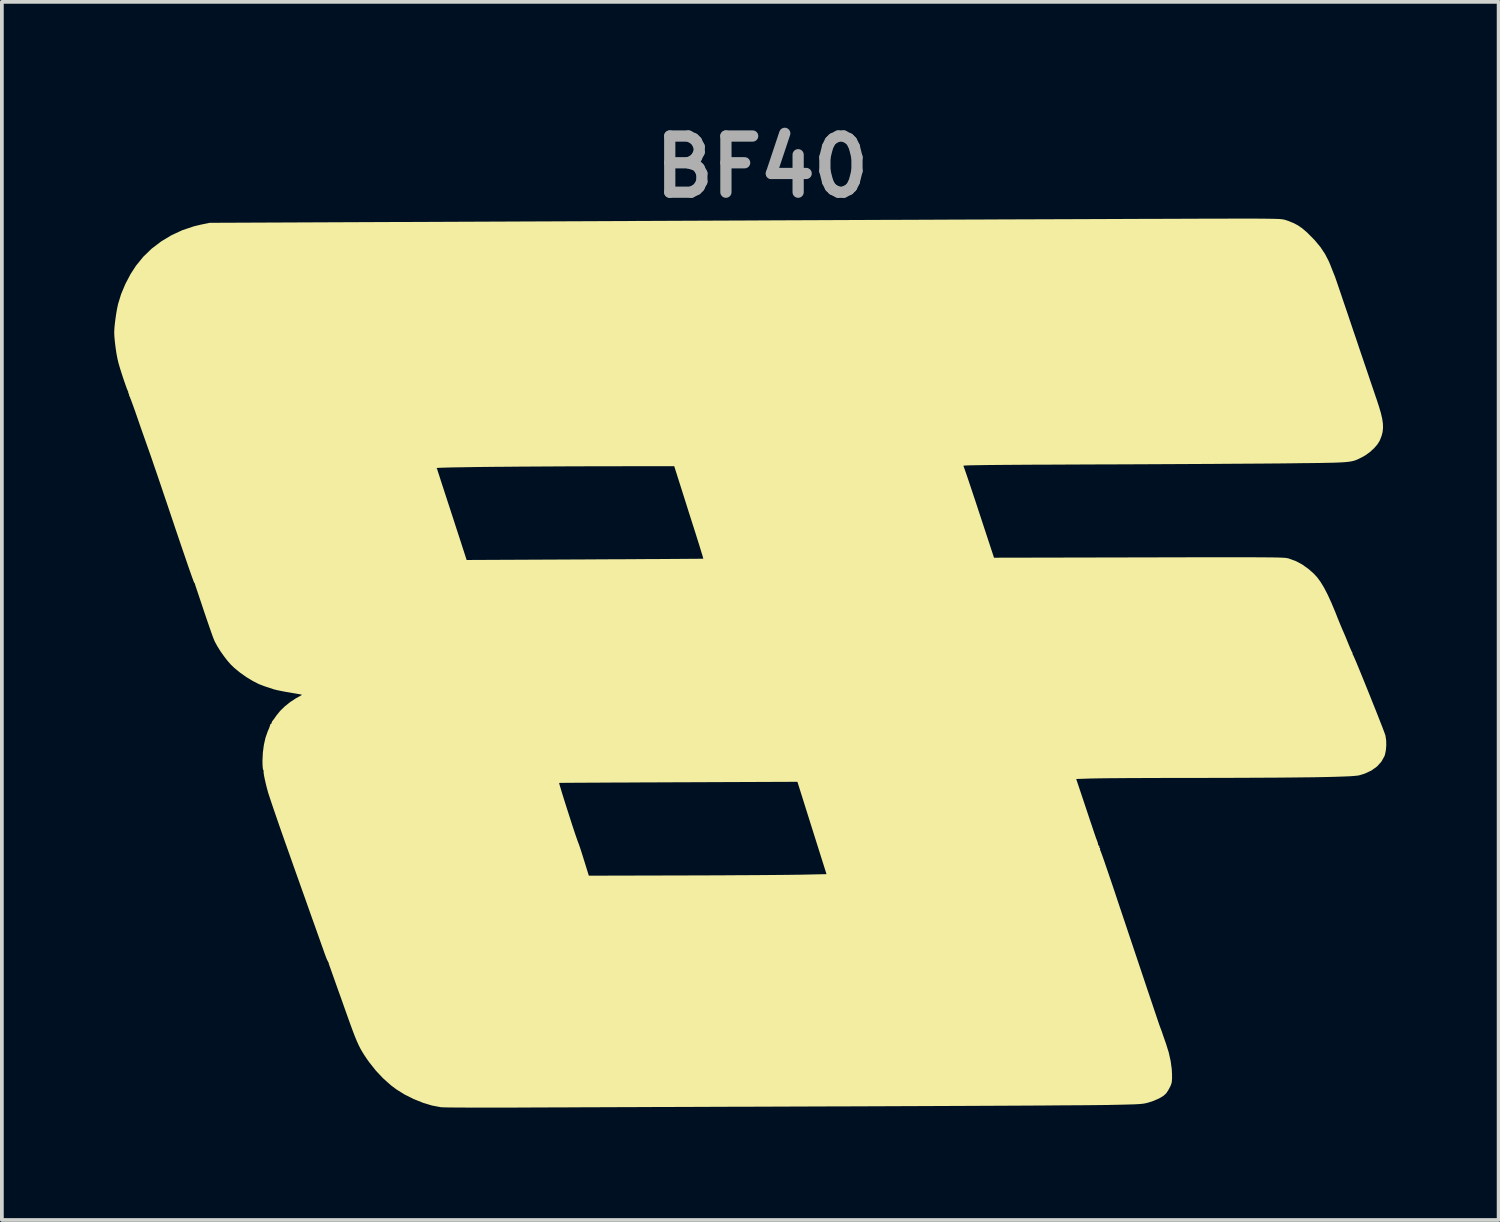
<source format=kicad_pcb>
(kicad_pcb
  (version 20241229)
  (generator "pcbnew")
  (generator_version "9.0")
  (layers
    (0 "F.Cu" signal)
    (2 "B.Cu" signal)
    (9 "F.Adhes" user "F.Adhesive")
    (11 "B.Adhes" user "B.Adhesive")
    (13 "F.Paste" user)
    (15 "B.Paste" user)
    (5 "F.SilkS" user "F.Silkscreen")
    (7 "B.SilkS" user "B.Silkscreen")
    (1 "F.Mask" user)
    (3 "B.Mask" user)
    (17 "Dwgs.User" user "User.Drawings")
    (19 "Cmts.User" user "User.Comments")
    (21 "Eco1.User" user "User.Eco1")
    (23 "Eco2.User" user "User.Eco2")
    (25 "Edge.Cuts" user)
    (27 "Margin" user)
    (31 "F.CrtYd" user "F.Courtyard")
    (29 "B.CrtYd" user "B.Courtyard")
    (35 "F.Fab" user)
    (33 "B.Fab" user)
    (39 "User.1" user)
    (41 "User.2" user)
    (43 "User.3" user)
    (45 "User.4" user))
  (footprint "BF40"
    (layer "F.Cu")
    (at 17.319 14.984)
    (property "Reference" "BF40" (at -0.02 -13.58 0) (layer "F.Fab") (effects (font (size 1.5 1.5) (thickness 0.3))))
    (attr board_only exclude_from_pos_files exclude_from_bom)
    (fp_poly (pts (xy 13.115 -12.197) (xy 13.167 -12.196) (xy 13.356 -12.195) (xy 13.508 -12.193) (xy 13.63 -12.191) (xy 13.725 -12.188) (xy 13.799 -12.185) (xy 13.857 -12.18) (xy 13.902 -12.173) (xy 13.94 -12.165) (xy 13.976 -12.154) (xy 14.015 -12.14) (xy 14.025 -12.137) (xy 14.169 -12.079) (xy 14.289 -12.017) (xy 14.4 -11.941) (xy 14.516 -11.843) (xy 14.554 -11.807) (xy 14.739 -11.62) (xy 14.891 -11.437) (xy 15.014 -11.252) (xy 15.114 -11.059) (xy 15.154 -10.964) (xy 15.184 -10.887) (xy 15.212 -10.816) (xy 15.23 -10.771) (xy 15.248 -10.726) (xy 15.258 -10.701) (xy 15.258 -10.7) (xy 15.269 -10.675) (xy 15.275 -10.659) (xy 15.284 -10.636) (xy 15.304 -10.577) (xy 15.336 -10.485) (xy 15.377 -10.364) (xy 15.427 -10.218) (xy 15.484 -10.048) (xy 15.549 -9.858) (xy 15.619 -9.652) (xy 15.693 -9.432) (xy 15.765 -9.218) (xy 15.848 -8.975) (xy 15.929 -8.733) (xy 16.009 -8.497) (xy 16.086 -8.271) (xy 16.158 -8.059) (xy 16.223 -7.865) (xy 16.281 -7.695) (xy 16.33 -7.551) (xy 16.368 -7.439) (xy 16.386 -7.388) (xy 16.454 -7.18) (xy 16.506 -7.004) (xy 16.541 -6.853) (xy 16.56 -6.722) (xy 16.563 -6.606) (xy 16.552 -6.499) (xy 16.525 -6.395) (xy 16.484 -6.289) (xy 16.471 -6.259) (xy 16.411 -6.164) (xy 16.323 -6.063) (xy 16.214 -5.964) (xy 16.094 -5.877) (xy 15.998 -5.823) (xy 15.947 -5.797) (xy 15.901 -5.775) (xy 15.858 -5.755) (xy 15.814 -5.739) (xy 15.767 -5.725) (xy 15.712 -5.713) (xy 15.648 -5.703) (xy 15.571 -5.695) (xy 15.479 -5.688) (xy 15.367 -5.683) (xy 15.234 -5.678) (xy 15.076 -5.675) (xy 14.89 -5.671) (xy 14.674 -5.668) (xy 14.423 -5.666) (xy 14.136 -5.662) (xy 14.06 -5.661) (xy 13.867 -5.659) (xy 13.637 -5.657) (xy 13.373 -5.655) (xy 13.079 -5.653) (xy 12.757 -5.651) (xy 12.412 -5.649) (xy 12.047 -5.646) (xy 11.665 -5.644) (xy 11.269 -5.642) (xy 10.863 -5.64) (xy 10.451 -5.638) (xy 10.036 -5.636) (xy 9.621 -5.634) (xy 9.209 -5.633) (xy 8.928 -5.632) (xy 8.45 -5.63) (xy 8.011 -5.628) (xy 7.61 -5.626) (xy 7.246 -5.625) (xy 6.919 -5.623) (xy 6.626 -5.621) (xy 6.366 -5.619) (xy 6.14 -5.617) (xy 5.944 -5.615) (xy 5.779 -5.612) (xy 5.643 -5.61) (xy 5.535 -5.608) (xy 5.453 -5.605) (xy 5.397 -5.602) (xy 5.365 -5.599) (xy 5.357 -5.596) (xy 5.366 -5.573) (xy 5.387 -5.515) (xy 5.418 -5.425) (xy 5.459 -5.307) (xy 5.507 -5.163) (xy 5.563 -4.997) (xy 5.624 -4.813) (xy 5.691 -4.613) (xy 5.76 -4.402) (xy 5.775 -4.357) (xy 6.175 -3.141) (xy 10.047 -3.149) (xy 10.513 -3.15) (xy 10.94 -3.151) (xy 11.33 -3.152) (xy 11.685 -3.152) (xy 12.006 -3.153) (xy 12.295 -3.153) (xy 12.555 -3.153) (xy 12.786 -3.153) (xy 12.99 -3.153) (xy 13.17 -3.152) (xy 13.326 -3.151) (xy 13.461 -3.15) (xy 13.577 -3.149) (xy 13.675 -3.148) (xy 13.757 -3.146) (xy 13.825 -3.144) (xy 13.88 -3.141) (xy 13.924 -3.139) (xy 13.96 -3.136) (xy 13.988 -3.132) (xy 14.01 -3.128) (xy 14.029 -3.124) (xy 14.046 -3.12) (xy 14.05 -3.118) (xy 14.235 -3.051) (xy 14.408 -2.958) (xy 14.579 -2.835) (xy 14.717 -2.713) (xy 14.807 -2.615) (xy 14.897 -2.492) (xy 14.989 -2.34) (xy 15.084 -2.156) (xy 15.184 -1.939) (xy 15.29 -1.685) (xy 15.306 -1.645) (xy 15.354 -1.523) (xy 15.401 -1.407) (xy 15.444 -1.304) (xy 15.478 -1.223) (xy 15.498 -1.178) (xy 15.527 -1.111) (xy 15.566 -1.02) (xy 15.607 -0.919) (xy 15.634 -0.853) (xy 15.67 -0.765) (xy 15.702 -0.69) (xy 15.727 -0.636) (xy 15.74 -0.614) (xy 15.751 -0.592) (xy 15.748 -0.589) (xy 15.747 -0.574) (xy 15.763 -0.543) (xy 15.778 -0.513) (xy 15.806 -0.449) (xy 15.846 -0.356) (xy 15.895 -0.238) (xy 15.952 -0.099) (xy 16.015 0.055) (xy 16.083 0.222) (xy 16.153 0.396) (xy 16.225 0.574) (xy 16.295 0.751) (xy 16.364 0.922) (xy 16.428 1.084) (xy 16.486 1.232) (xy 16.537 1.362) (xy 16.578 1.469) (xy 16.608 1.55) (xy 16.625 1.599) (xy 16.628 1.61) (xy 16.647 1.734) (xy 16.65 1.87) (xy 16.639 2.004) (xy 16.614 2.121) (xy 16.601 2.159) (xy 16.519 2.306) (xy 16.404 2.433) (xy 16.256 2.54) (xy 16.079 2.623) (xy 15.928 2.67) (xy 15.879 2.678) (xy 15.801 2.686) (xy 15.695 2.694) (xy 15.559 2.7) (xy 15.393 2.706) (xy 15.196 2.712) (xy 14.966 2.717) (xy 14.704 2.722) (xy 14.407 2.725) (xy 14.076 2.729) (xy 13.71 2.732) (xy 13.306 2.734) (xy 12.866 2.736) (xy 12.387 2.738) (xy 11.87 2.739) (xy 11.45 2.739) (xy 11.142 2.74) (xy 10.84 2.74) (xy 10.545 2.741) (xy 10.261 2.742) (xy 9.992 2.743) (xy 9.741 2.744) (xy 9.51 2.746) (xy 9.305 2.747) (xy 9.127 2.749) (xy 8.98 2.751) (xy 8.867 2.753) (xy 8.797 2.754) (xy 8.37 2.768) (xy 8.632 3.551) (xy 8.689 3.722) (xy 8.742 3.882) (xy 8.791 4.026) (xy 8.832 4.15) (xy 8.866 4.25) (xy 8.891 4.321) (xy 8.904 4.36) (xy 8.906 4.365) (xy 8.921 4.401) (xy 8.924 4.411) (xy 8.934 4.436) (xy 8.943 4.463) (xy 8.944 4.467) (xy 8.953 4.5) (xy 8.954 4.502) (xy 8.956 4.533) (xy 8.97 4.547) (xy 8.976 4.548) (xy 8.99 4.563) (xy 8.987 4.578) (xy 8.988 4.605) (xy 8.997 4.609) (xy 9.011 4.624) (xy 9.008 4.638) (xy 9.007 4.667) (xy 9.013 4.674) (xy 9.022 4.694) (xy 9.043 4.749) (xy 9.074 4.836) (xy 9.115 4.951) (xy 9.163 5.092) (xy 9.219 5.255) (xy 9.281 5.437) (xy 9.348 5.634) (xy 9.418 5.843) (xy 9.426 5.868) (xy 9.545 6.225) (xy 9.662 6.573) (xy 9.775 6.911) (xy 9.884 7.236) (xy 9.988 7.546) (xy 10.086 7.839) (xy 10.178 8.113) (xy 10.263 8.367) (xy 10.341 8.598) (xy 10.41 8.803) (xy 10.47 8.982) (xy 10.521 9.132) (xy 10.561 9.251) (xy 10.59 9.337) (xy 10.608 9.387) (xy 10.613 9.401) (xy 10.626 9.433) (xy 10.629 9.441) (xy 10.639 9.467) (xy 10.644 9.482) (xy 10.658 9.519) (xy 10.677 9.577) (xy 10.686 9.604) (xy 10.709 9.669) (xy 10.739 9.755) (xy 10.77 9.843) (xy 10.771 9.847) (xy 10.841 10.072) (xy 10.892 10.301) (xy 10.922 10.52) (xy 10.929 10.662) (xy 10.929 10.762) (xy 10.925 10.834) (xy 10.916 10.889) (xy 10.899 10.939) (xy 10.875 10.992) (xy 10.836 11.065) (xy 10.794 11.132) (xy 10.769 11.166) (xy 10.694 11.233) (xy 10.584 11.298) (xy 10.448 11.358) (xy 10.322 11.401) (xy 10.277 11.414) (xy 10.236 11.424) (xy 10.194 11.433) (xy 10.146 11.44) (xy 10.088 11.446) (xy 10.017 11.451) (xy 9.927 11.456) (xy 9.814 11.459) (xy 9.674 11.463) (xy 9.503 11.467) (xy 9.296 11.471) (xy 9.269 11.472) (xy 9.178 11.474) (xy 9.048 11.475) (xy 8.882 11.477) (xy 8.68 11.479) (xy 8.445 11.481) (xy 8.179 11.482) (xy 7.882 11.484) (xy 7.558 11.487) (xy 7.208 11.489) (xy 6.833 11.491) (xy 6.437 11.493) (xy 6.019 11.495) (xy 5.583 11.497) (xy 5.129 11.499) (xy 4.661 11.501) (xy 4.179 11.503) (xy 3.686 11.505) (xy 3.183 11.507) (xy 2.672 11.509) (xy 2.155 11.511) (xy 1.969 11.511) (xy 1.436 11.513) (xy 0.901 11.515) (xy 0.367 11.517) (xy -0.164 11.519) (xy -0.691 11.52) (xy -1.21 11.522) (xy -1.72 11.524) (xy -2.218 11.526) (xy -2.702 11.527) (xy -3.17 11.529) (xy -3.619 11.531) (xy -4.048 11.532) (xy -4.453 11.534) (xy -4.834 11.535) (xy -5.187 11.537) (xy -5.511 11.538) (xy -5.803 11.539) (xy -6.061 11.54) (xy -6.283 11.541) (xy -6.457 11.542) (xy -6.754 11.543) (xy -7.039 11.544) (xy -7.309 11.544) (xy -7.562 11.544) (xy -7.793 11.543) (xy -8.001 11.542) (xy -8.184 11.541) (xy -8.337 11.54) (xy -8.458 11.538) (xy -8.545 11.535) (xy -8.595 11.533) (xy -8.6 11.532) (xy -8.832 11.488) (xy -9.076 11.414) (xy -9.321 11.315) (xy -9.558 11.197) (xy -9.777 11.062) (xy -9.929 10.948) (xy -10.14 10.76) (xy -10.327 10.562) (xy -10.501 10.343) (xy -10.567 10.252) (xy -10.632 10.155) (xy -10.689 10.065) (xy -10.741 9.975) (xy -10.79 9.878) (xy -10.839 9.771) (xy -10.891 9.645) (xy -10.948 9.497) (xy -11.013 9.319) (xy -11.057 9.198) (xy -11.118 9.026) (xy -11.187 8.832) (xy -11.258 8.631) (xy -11.328 8.437) (xy -11.39 8.263) (xy -11.404 8.223) (xy -11.451 8.091) (xy -11.494 7.97) (xy -11.53 7.868) (xy -11.559 7.788) (xy -11.577 7.737) (xy -11.583 7.72) (xy -11.59 7.694) (xy -11.589 7.69) (xy -11.596 7.671) (xy -11.615 7.634) (xy -11.636 7.594) (xy -11.645 7.573) (xy -11.655 7.548) (xy -11.661 7.533) (xy -11.664 7.526) (xy -11.669 7.513) (xy -11.676 7.493) (xy -11.687 7.463) (xy -11.702 7.422) (xy -11.721 7.369) (xy -11.745 7.3) (xy -11.776 7.215) (xy -11.812 7.112) (xy -11.856 6.988) (xy -11.908 6.842) (xy -11.968 6.673) (xy -12.038 6.478) (xy -12.117 6.255) (xy -12.206 6.003) (xy -12.307 5.72) (xy -12.419 5.404) (xy -12.544 5.053) (xy -12.672 4.69) (xy -12.755 4.458) (xy -12.834 4.232) (xy -12.91 4.015) (xy -12.98 3.812) (xy -13.044 3.626) (xy -13.1 3.461) (xy -13.147 3.321) (xy -13.184 3.209) (xy -13.21 3.13) (xy -13.219 3.096) (xy -13.256 2.956) (xy -13.276 2.873) (xy -5.437 2.873) (xy -5.434 2.894) (xy -5.419 2.948) (xy -5.394 3.031) (xy -5.362 3.138) (xy -5.323 3.263) (xy -5.279 3.403) (xy -5.232 3.551) (xy -5.183 3.704) (xy -5.134 3.856) (xy -5.087 4.003) (xy -5.042 4.138) (xy -5.002 4.259) (xy -4.967 4.359) (xy -4.941 4.433) (xy -4.924 4.477) (xy -4.91 4.514) (xy -4.886 4.584) (xy -4.855 4.678) (xy -4.819 4.791) (xy -4.78 4.915) (xy -4.771 4.944) (xy -4.645 5.35) (xy -2.165 5.344) (xy -1.835 5.343) (xy -1.507 5.342) (xy -1.182 5.341) (xy -0.866 5.339) (xy -0.561 5.337) (xy -0.271 5.336) (xy 0.001 5.334) (xy 0.251 5.332) (xy 0.476 5.33) (xy 0.672 5.328) (xy 0.836 5.326) (xy 0.964 5.324) (xy 1.008 5.324) (xy 1.702 5.309) (xy 1.313 4.076) (xy 0.925 2.843) (xy -2.253 2.856) (xy -2.609 2.857) (xy -2.954 2.859) (xy -3.285 2.86) (xy -3.602 2.862) (xy -3.9 2.863) (xy -4.178 2.864) (xy -4.435 2.866) (xy -4.667 2.867) (xy -4.873 2.868) (xy -5.051 2.869) (xy -5.197 2.87) (xy -5.311 2.871) (xy -5.39 2.872) (xy -5.431 2.873) (xy -5.437 2.873) (xy -13.276 2.873) (xy -13.286 2.829) (xy -13.31 2.72) (xy -13.325 2.634) (xy -13.331 2.578) (xy -13.329 2.558) (xy -13.333 2.533) (xy -13.339 2.528) (xy -13.348 2.503) (xy -13.355 2.444) (xy -13.359 2.358) (xy -13.36 2.276) (xy -13.35 2.066) (xy -13.323 1.86) (xy -13.28 1.669) (xy -13.223 1.505) (xy -13.216 1.488) (xy -13.186 1.419) (xy -13.165 1.362) (xy -13.157 1.329) (xy -13.157 1.328) (xy -13.145 1.302) (xy -13.137 1.299) (xy -13.118 1.283) (xy -13.116 1.27) (xy -13.103 1.231) (xy -13.091 1.215) (xy -13.067 1.185) (xy -13.029 1.133) (xy -12.985 1.069) (xy -12.984 1.068) (xy -12.888 0.95) (xy -12.763 0.828) (xy -12.62 0.714) (xy -12.468 0.614) (xy -12.388 0.57) (xy -12.339 0.543) (xy -12.31 0.523) (xy -12.307 0.518) (xy -12.329 0.513) (xy -12.383 0.502) (xy -12.464 0.488) (xy -12.565 0.471) (xy -12.639 0.458) (xy -12.759 0.438) (xy -12.875 0.415) (xy -12.975 0.394) (xy -13.051 0.375) (xy -13.076 0.367) (xy -13.164 0.337) (xy -13.26 0.307) (xy -13.299 0.294) (xy -13.451 0.236) (xy -13.618 0.152) (xy -13.789 0.048) (xy -13.956 -0.07) (xy -14.109 -0.195) (xy -14.205 -0.287) (xy -14.294 -0.388) (xy -14.388 -0.51) (xy -14.481 -0.642) (xy -14.563 -0.773) (xy -14.628 -0.891) (xy -14.645 -0.928) (xy -14.665 -0.977) (xy -14.696 -1.059) (xy -14.735 -1.169) (xy -14.781 -1.301) (xy -14.832 -1.449) (xy -14.886 -1.607) (xy -14.924 -1.719) (xy -14.976 -1.876) (xy -15.025 -2.021) (xy -15.068 -2.15) (xy -15.104 -2.257) (xy -15.131 -2.338) (xy -15.149 -2.39) (xy -15.154 -2.406) (xy -15.162 -2.442) (xy -15.163 -2.444) (xy -15.178 -2.471) (xy -15.184 -2.475) (xy -15.193 -2.496) (xy -15.214 -2.552) (xy -15.247 -2.641) (xy -15.289 -2.76) (xy -15.34 -2.906) (xy -15.398 -3.076) (xy -15.464 -3.268) (xy -15.536 -3.478) (xy -15.612 -3.703) (xy -15.693 -3.941) (xy -15.736 -4.071) (xy -15.822 -4.325) (xy -15.906 -4.576) (xy -15.989 -4.819) (xy -16.067 -5.052) (xy -16.141 -5.269) (xy -16.209 -5.468) (xy -16.232 -5.535) (xy -8.712 -5.535) (xy -8.693 -5.505) (xy -8.691 -5.497) (xy -8.691 -5.494) (xy -8.691 -5.492) (xy -8.689 -5.486) (xy -8.686 -5.475) (xy -8.68 -5.455) (xy -8.67 -5.423) (xy -8.654 -5.376) (xy -8.633 -5.311) (xy -8.605 -5.224) (xy -8.569 -5.113) (xy -8.524 -4.975) (xy -8.469 -4.806) (xy -8.403 -4.603) (xy -8.358 -4.467) (xy -8.294 -4.269) (xy -8.231 -4.076) (xy -8.172 -3.893) (xy -8.117 -3.725) (xy -8.068 -3.575) (xy -8.028 -3.45) (xy -7.997 -3.354) (xy -7.976 -3.292) (xy -7.976 -3.291) (xy -7.908 -3.08) (xy -4.751 -3.095) (xy -4.396 -3.097) (xy -4.053 -3.099) (xy -3.722 -3.1) (xy -3.408 -3.102) (xy -3.11 -3.104) (xy -2.833 -3.105) (xy -2.578 -3.107) (xy -2.347 -3.108) (xy -2.143 -3.11) (xy -1.967 -3.111) (xy -1.822 -3.112) (xy -1.71 -3.113) (xy -1.633 -3.114) (xy -1.593 -3.115) (xy -1.588 -3.116) (xy -1.593 -3.136) (xy -1.608 -3.19) (xy -1.634 -3.273) (xy -1.667 -3.382) (xy -1.707 -3.512) (xy -1.753 -3.657) (xy -1.788 -3.769) (xy -1.849 -3.961) (xy -1.917 -4.174) (xy -1.988 -4.396) (xy -2.057 -4.616) (xy -2.122 -4.82) (xy -2.178 -4.998) (xy -2.179 -5) (xy -2.364 -5.584) (xy -3.644 -5.584) (xy -4.018 -5.583) (xy -4.393 -5.583) (xy -4.766 -5.582) (xy -5.135 -5.581) (xy -5.497 -5.579) (xy -5.852 -5.577) (xy -6.195 -5.575) (xy -6.526 -5.573) (xy -6.842 -5.57) (xy -7.141 -5.568) (xy -7.421 -5.565) (xy -7.679 -5.562) (xy -7.914 -5.558) (xy -8.122 -5.555) (xy -8.303 -5.552) (xy -8.454 -5.548) (xy -8.572 -5.544) (xy -8.655 -5.541) (xy -8.702 -5.537) (xy -8.712 -5.535) (xy -16.232 -5.535) (xy -16.27 -5.645) (xy -16.321 -5.796) (xy -16.363 -5.916) (xy -16.394 -6.003) (xy -16.4 -6.02) (xy -16.444 -6.145) (xy -16.498 -6.298) (xy -16.558 -6.468) (xy -16.62 -6.644) (xy -16.679 -6.816) (xy -16.713 -6.913) (xy -16.761 -7.052) (xy -16.807 -7.18) (xy -16.847 -7.29) (xy -16.88 -7.378) (xy -16.904 -7.438) (xy -16.916 -7.466) (xy -16.917 -7.466) (xy -16.928 -7.488) (xy -16.923 -7.492) (xy -16.921 -7.505) (xy -16.933 -7.523) (xy -16.948 -7.547) (xy -16.943 -7.553) (xy -16.94 -7.566) (xy -16.948 -7.578) (xy -16.962 -7.609) (xy -16.987 -7.67) (xy -17.018 -7.757) (xy -17.054 -7.86) (xy -17.092 -7.974) (xy -17.13 -8.091) (xy -17.165 -8.203) (xy -17.195 -8.304) (xy -17.205 -8.34) (xy -17.233 -8.457) (xy -17.26 -8.6) (xy -17.283 -8.756) (xy -17.302 -8.911) (xy -17.315 -9.053) (xy -17.319 -9.158) (xy -17.315 -9.253) (xy -17.304 -9.375) (xy -17.287 -9.513) (xy -17.266 -9.655) (xy -17.243 -9.789) (xy -17.219 -9.902) (xy -17.215 -9.918) (xy -17.134 -10.183) (xy -17.02 -10.453) (xy -16.881 -10.717) (xy -16.737 -10.939) (xy -16.544 -11.176) (xy -16.32 -11.393) (xy -16.068 -11.585) (xy -15.793 -11.751) (xy -15.5 -11.887) (xy -15.193 -11.99) (xy -15.015 -12.033) (xy -14.771 -12.084) (xy -1.157 -12.143) (xy -0.41 -12.146) (xy 0.329 -12.15) (xy 1.059 -12.153) (xy 1.779 -12.156) (xy 2.487 -12.159) (xy 3.182 -12.162) (xy 3.864 -12.164) (xy 4.531 -12.167) (xy 5.182 -12.17) (xy 5.816 -12.172) (xy 6.431 -12.175) (xy 7.028 -12.177) (xy 7.603 -12.179) (xy 8.158 -12.181) (xy 8.689 -12.183) (xy 9.197 -12.185) (xy 9.679 -12.187) (xy 10.136 -12.189) (xy 10.565 -12.19) (xy 10.966 -12.191) (xy 11.338 -12.193) (xy 11.679 -12.194) (xy 11.988 -12.195) (xy 12.264 -12.195) (xy 12.507 -12.196) (xy 12.714 -12.196) (xy 12.885 -12.197) (xy 13.019 -12.197)) (stroke (width 0) (type solid)) (fill yes) (layer "F.SilkS")))
  (gr_rect
    (start -3 -3)
    (end 36.969 29.528)
    (stroke (width 0.1) (type default))
    (fill no)
    (layer "Edge.Cuts")))
</source>
